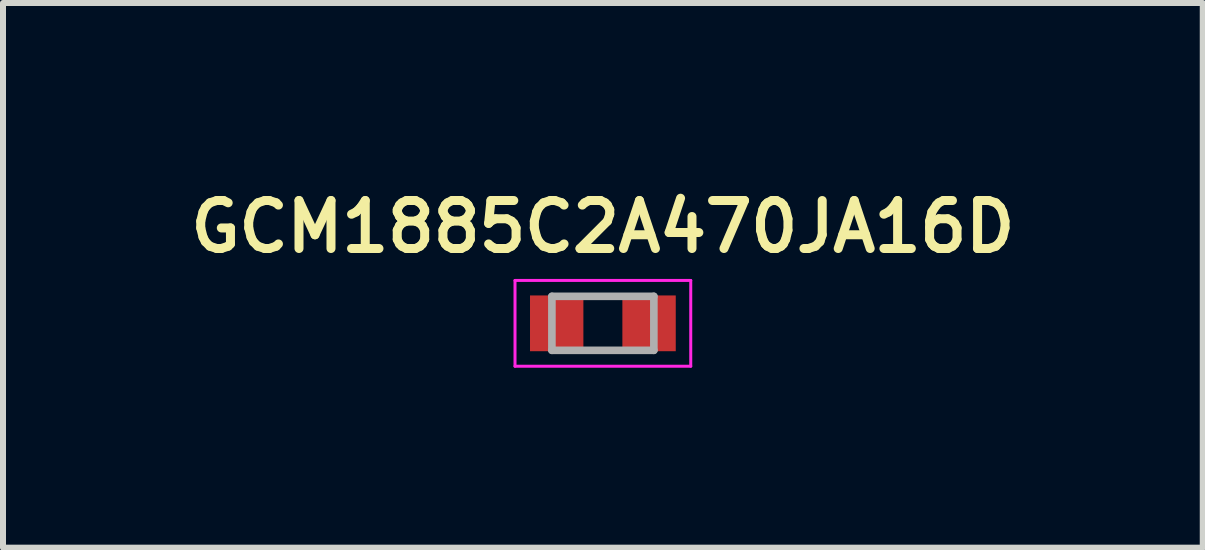
<source format=kicad_pcb>
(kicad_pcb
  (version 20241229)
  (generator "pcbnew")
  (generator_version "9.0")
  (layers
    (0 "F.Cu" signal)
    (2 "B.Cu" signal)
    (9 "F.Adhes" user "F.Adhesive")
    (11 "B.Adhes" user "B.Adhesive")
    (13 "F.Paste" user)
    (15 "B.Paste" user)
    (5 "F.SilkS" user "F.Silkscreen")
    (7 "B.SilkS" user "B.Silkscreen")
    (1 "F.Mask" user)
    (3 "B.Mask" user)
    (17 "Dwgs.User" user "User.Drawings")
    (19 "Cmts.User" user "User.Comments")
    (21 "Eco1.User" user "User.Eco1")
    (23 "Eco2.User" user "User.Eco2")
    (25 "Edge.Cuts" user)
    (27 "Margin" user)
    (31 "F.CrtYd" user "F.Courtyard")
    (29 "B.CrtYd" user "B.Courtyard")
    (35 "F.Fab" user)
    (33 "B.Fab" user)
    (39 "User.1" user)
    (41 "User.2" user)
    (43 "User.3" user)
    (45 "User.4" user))
  (footprint "GCM1885C2A470JA16D"
    (layer "F.Cu")
    (at 7.002 2.341)
    (property "Reference" "GCM1885C2A470JA16D" (at 0 -1.61 0) (layer "F.SilkS") (effects (font (size 0.8 0.8) (thickness 0.15))))
    (attr through_hole)
    (fp_line (start -1.465 -0.715) (end 1.465 -0.715) (stroke (width 0.05) (type solid)) (layer "F.CrtYd"))
    (fp_line (start -1.465 0.715) (end -1.465 -0.715) (stroke (width 0.05) (type solid)) (layer "F.CrtYd"))
    (fp_line (start -1.465 0.715) (end 1.465 0.715) (stroke (width 0.05) (type solid)) (layer "F.CrtYd"))
    (fp_line (start 1.465 0.715) (end 1.465 -0.715) (stroke (width 0.05) (type solid)) (layer "F.CrtYd"))
    (fp_line (start -0.85 0.45) (end -0.85 -0.45) (stroke (width 0.127) (type solid)) (layer "F.Fab"))
    (fp_line (start 0.85 -0.45) (end -0.85 -0.45) (stroke (width 0.127) (type solid)) (layer "F.Fab"))
    (fp_line (start 0.85 0.45) (end -0.85 0.45) (stroke (width 0.127) (type solid)) (layer "F.Fab"))
    (fp_line (start 0.85 0.45) (end 0.85 -0.45) (stroke (width 0.127) (type solid)) (layer "F.Fab"))
    (pad "1" smd rect (at -0.77 0) (size 0.89 0.93) (layers "F.Cu" "F.Mask" "F.Paste"))
    (pad "2" smd rect (at 0.77 0) (size 0.89 0.93) (layers "F.Cu" "F.Mask" "F.Paste")))
  (gr_rect
    (start -3 -3)
    (end 17.004 6.081)
    (stroke (width 0.1) (type default))
    (fill no)
    (layer "Edge.Cuts")))
</source>
